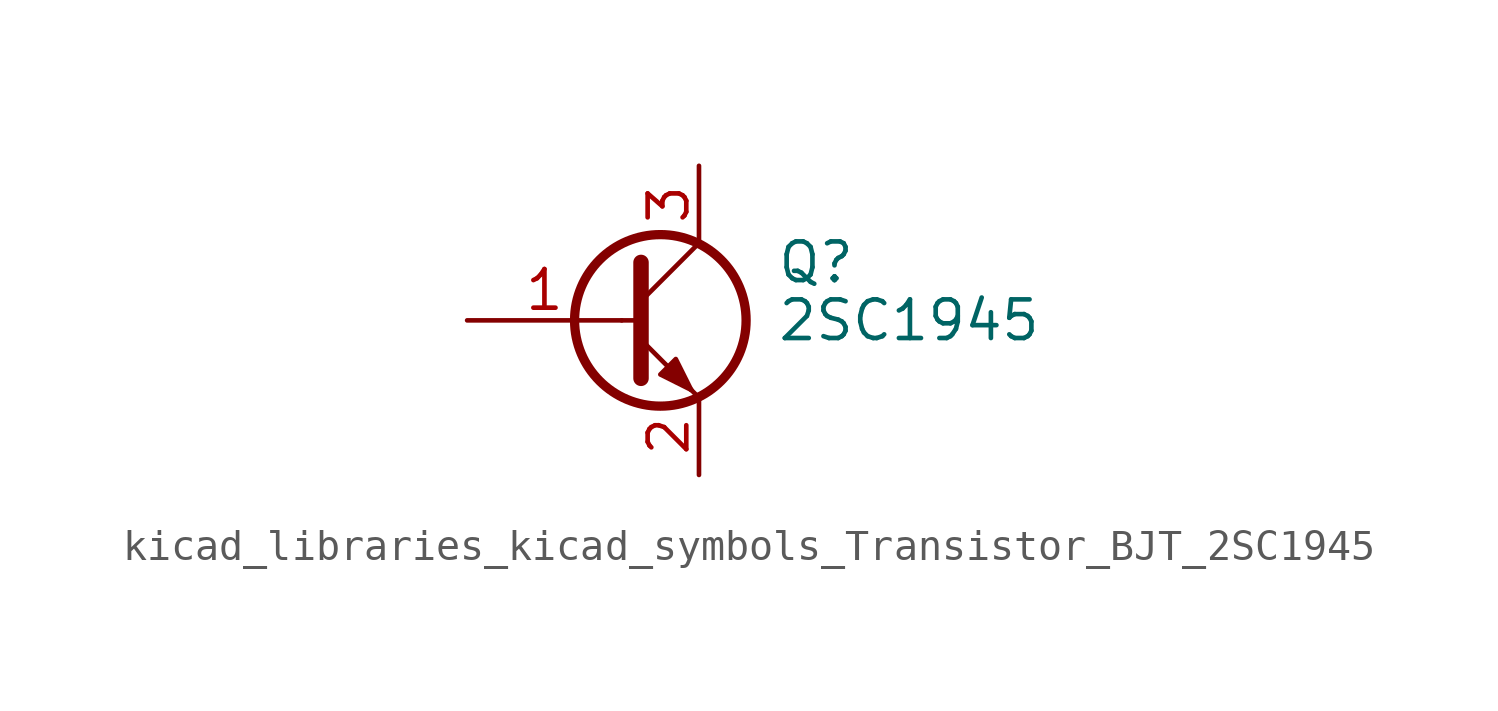
<source format=kicad_sym>
(kicad_symbol_lib
  (version 20220914)
  (generator kicad_symbol_editor)
  (symbol "kicad_libraries_kicad_symbols_Transistor_BJT_2SC1945"
    (pin_names
      (offset 0) hide)
    (property "Reference" "Q"
      (at 5.08 1.905 0)
      (effects (font (size 1.27 1.27)) (justify left)))
    (property "Value" "2SC1945"
      (at 5.08 0 0)
      (effects (font (size 1.27 1.27)) (justify left)))
    (symbol "kicad_libraries_kicad_symbols_Transistor_BJT_2SC1945_0_1"
      (polyline (pts (xy 0 0) (xy 0.635 0)) (stroke (width 0) (type default)) (fill (type none)))
      (polyline (pts (xy 2.54 2.54) (xy 0.635 0.635)) (stroke (width 0) (type default)) (fill (type none)))
      (polyline (pts (xy 0.635 1.905) (xy 0.635 -1.905) (xy 0.635 -1.905)) (stroke (width 0.508) (type default)) (fill (type none)))
      (polyline (pts (xy 2.286 -2.286) (xy 1.778 -1.778) (xy 1.778 -1.778)) (stroke (width 0) (type default)) (fill (type none)))
      (polyline (pts (xy 2.54 -2.54) (xy 0.635 -0.635) (xy 1.27 -1.27)) (stroke (width 0) (type default)) (fill (type outline)))
      (polyline (pts (xy 1.27 -1.778) (xy 1.778 -1.27) (xy 2.286 -2.286) (xy 1.27 -1.778) (xy 1.27 -1.778)) (stroke (width 0) (type default)) (fill (type outline)))
      (circle (center 1.27 0) (radius 2.819) (stroke (width 0.305) (type default)) (fill (type none))))
    (symbol "kicad_libraries_kicad_symbols_Transistor_BJT_2SC1945_1_1"
      (pin input line (at -5.08 0 0) (length 5.08) (name "B" (effects (font (size 1.27 1.27)))) (number "1" (effects (font (size 1.27 1.27)))))
      (pin passive line (at 2.54 -5.08 90) (length 2.54) (name "E" (effects (font (size 1.27 1.27)))) (number "2" (effects (font (size 1.27 1.27)))))
      (pin passive line (at 2.54 5.08 270) (length 2.54) (name "C" (effects (font (size 1.27 1.27)))) (number "3" (effects (font (size 1.27 1.27))))))))
</source>
